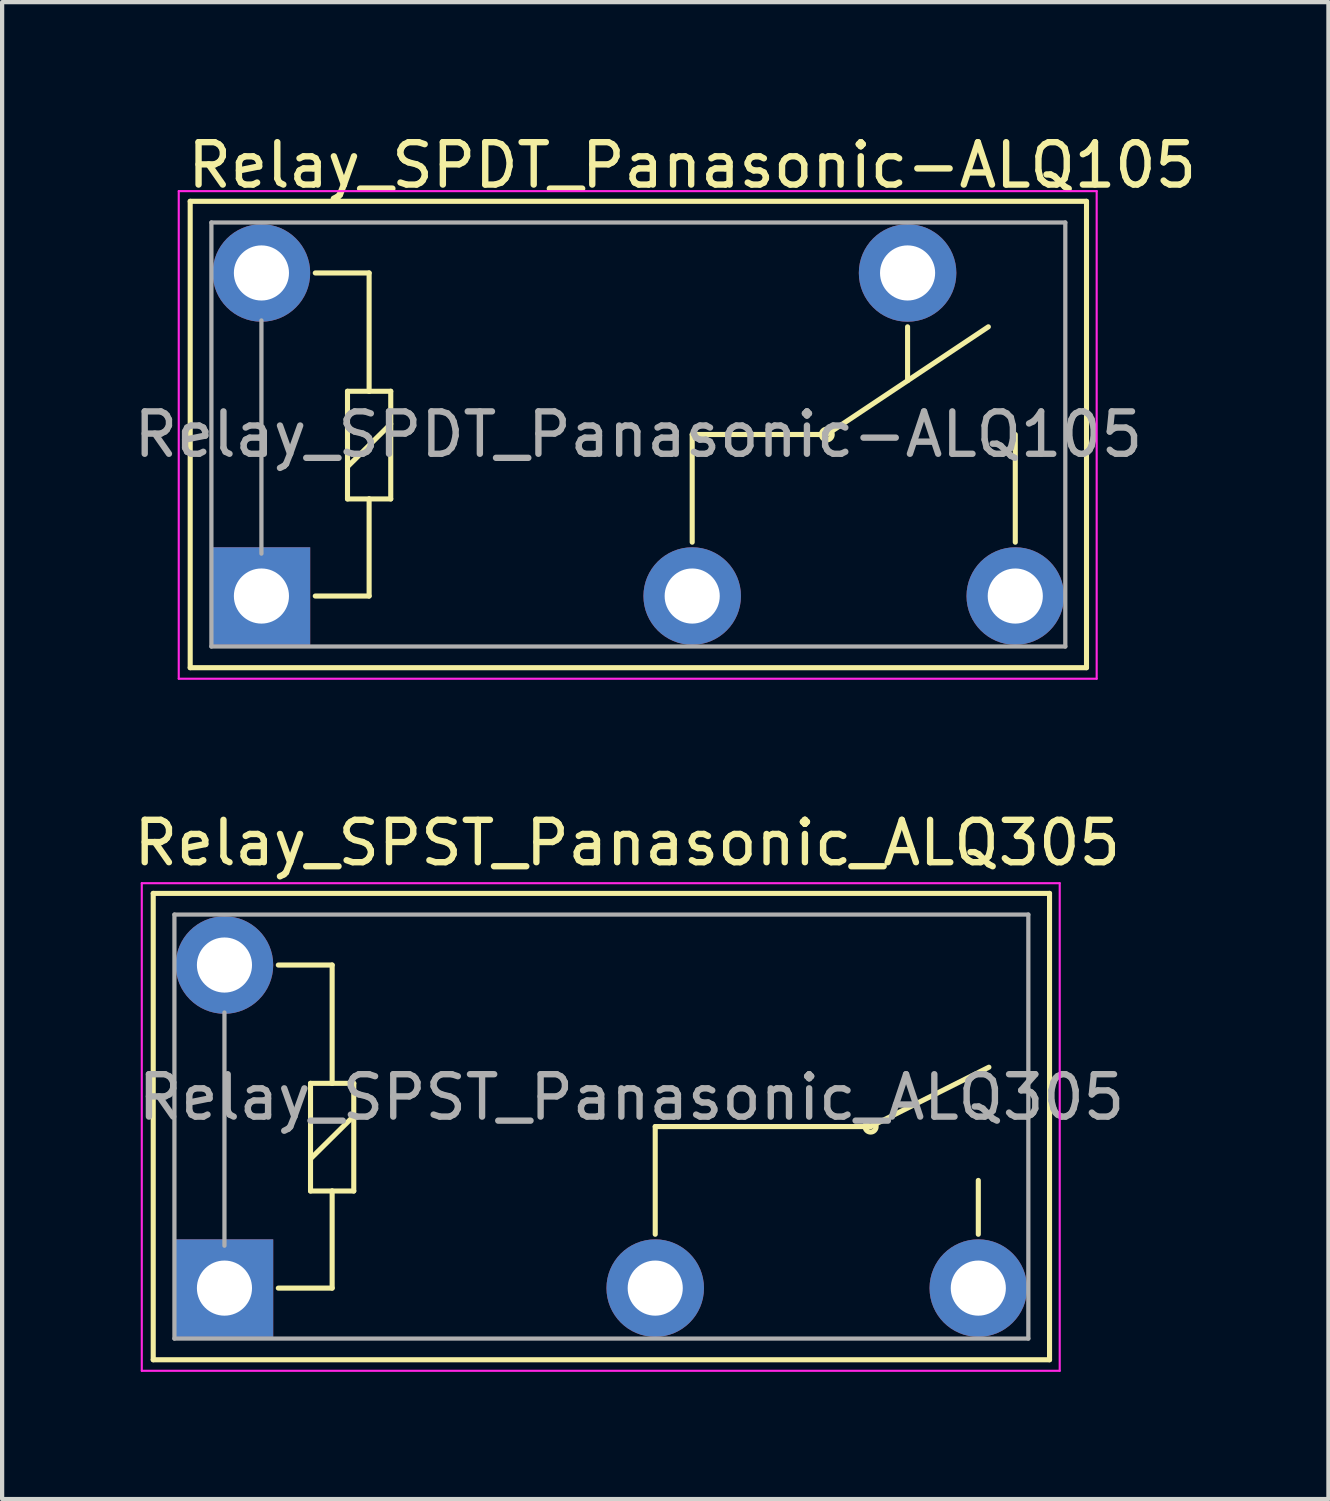
<source format=kicad_pcb>
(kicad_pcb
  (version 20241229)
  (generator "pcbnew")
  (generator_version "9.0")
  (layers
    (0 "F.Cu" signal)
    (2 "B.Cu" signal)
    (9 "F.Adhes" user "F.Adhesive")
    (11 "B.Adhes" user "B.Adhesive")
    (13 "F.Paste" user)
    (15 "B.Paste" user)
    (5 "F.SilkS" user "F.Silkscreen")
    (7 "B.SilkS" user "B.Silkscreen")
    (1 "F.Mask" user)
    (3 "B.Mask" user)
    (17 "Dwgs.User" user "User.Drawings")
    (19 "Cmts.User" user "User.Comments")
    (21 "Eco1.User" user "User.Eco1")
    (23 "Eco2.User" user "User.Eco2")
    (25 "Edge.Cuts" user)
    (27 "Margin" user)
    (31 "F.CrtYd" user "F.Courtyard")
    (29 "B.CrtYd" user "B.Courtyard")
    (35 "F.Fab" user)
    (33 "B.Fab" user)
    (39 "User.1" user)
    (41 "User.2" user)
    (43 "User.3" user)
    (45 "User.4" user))
  (footprint "Relay_SPDT_Panasonic-ALQ105"
    (layer "F.Cu")
    (at 3.116 11.008)
    (property "Reference" "Relay_SPDT_Panasonic-ALQ105" (at 10.16 -10.16 0) (layer "F.SilkS") (effects (font (size 1 1) (thickness 0.15))))
    (attr through_hole)
    (fp_line (start -1.68 -9.31) (end 19.46 -9.31) (stroke (width 0.12) (type solid)) (layer "F.SilkS"))
    (fp_line (start -1.68 1.69) (end -1.68 -9.31) (stroke (width 0.12) (type solid)) (layer "F.SilkS"))
    (fp_line (start -1.68 1.69) (end 19.46 1.69) (stroke (width 0.12) (type solid)) (layer "F.SilkS"))
    (fp_line (start 1.27 0) (end 2.54 0) (stroke (width 0.12) (type solid)) (layer "F.SilkS"))
    (fp_line (start 2.03 -4.83) (end 2.54 -4.83) (stroke (width 0.12) (type solid)) (layer "F.SilkS"))
    (fp_line (start 2.03 -3.05) (end 3.05 -4.06) (stroke (width 0.12) (type solid)) (layer "F.SilkS"))
    (fp_line (start 2.03 -2.29) (end 2.03 -4.83) (stroke (width 0.12) (type solid)) (layer "F.SilkS"))
    (fp_line (start 2.54 -7.62) (end 1.27 -7.62) (stroke (width 0.12) (type solid)) (layer "F.SilkS"))
    (fp_line (start 2.54 -4.83) (end 2.54 -7.62) (stroke (width 0.12) (type solid)) (layer "F.SilkS"))
    (fp_line (start 2.54 -4.83) (end 3.05 -4.83) (stroke (width 0.12) (type solid)) (layer "F.SilkS"))
    (fp_line (start 2.54 -2.29) (end 2.03 -2.29) (stroke (width 0.12) (type solid)) (layer "F.SilkS"))
    (fp_line (start 2.54 0) (end 2.54 -2.29) (stroke (width 0.12) (type solid)) (layer "F.SilkS"))
    (fp_line (start 3.05 -4.83) (end 3.05 -2.29) (stroke (width 0.12) (type solid)) (layer "F.SilkS"))
    (fp_line (start 3.05 -2.29) (end 2.54 -2.29) (stroke (width 0.12) (type solid)) (layer "F.SilkS"))
    (fp_line (start 10.16 -3.81) (end 13.335 -3.81) (stroke (width 0.12) (type solid)) (layer "F.SilkS"))
    (fp_line (start 10.16 -1.27) (end 10.16 -3.81) (stroke (width 0.12) (type solid)) (layer "F.SilkS"))
    (fp_line (start 13.335 -3.81) (end 17.145 -6.35) (stroke (width 0.12) (type solid)) (layer "F.SilkS"))
    (fp_line (start 15.24 -6.35) (end 15.24 -5.08) (stroke (width 0.12) (type solid)) (layer "F.SilkS"))
    (fp_line (start 17.78 -1.27) (end 17.78 -3.81) (stroke (width 0.12) (type solid)) (layer "F.SilkS"))
    (fp_line (start 19.46 1.69) (end 19.46 -9.31) (stroke (width 0.12) (type solid)) (layer "F.SilkS"))
    (fp_circle (center 13.335 -3.81) (end 13.462 -3.81) (stroke (width 0.12) (type solid)) (fill no) (layer "F.SilkS"))
    (fp_line (start -1.95 -9.55) (end 19.7 -9.55) (stroke (width 0.05) (type solid)) (layer "F.CrtYd"))
    (fp_line (start -1.95 1.95) (end -1.95 -9.55) (stroke (width 0.05) (type solid)) (layer "F.CrtYd"))
    (fp_line (start 19.7 -9.55) (end 19.7 1.95) (stroke (width 0.05) (type solid)) (layer "F.CrtYd"))
    (fp_line (start 19.7 1.95) (end -1.95 1.95) (stroke (width 0.05) (type solid)) (layer "F.CrtYd"))
    (fp_line (start -1.18 -8.81) (end 18.96 -8.81) (stroke (width 0.1) (type solid)) (layer "F.Fab"))
    (fp_line (start -1.18 1.19) (end -1.18 -8.81) (stroke (width 0.1) (type solid)) (layer "F.Fab"))
    (fp_line (start 0 -1) (end 0 -6.5) (stroke (width 0.1) (type solid)) (layer "F.Fab"))
    (fp_line (start 18.96 -8.81) (end 18.96 1.19) (stroke (width 0.1) (type solid)) (layer "F.Fab"))
    (fp_line (start 18.96 1.19) (end -1.18 1.19) (stroke (width 0.1) (type solid)) (layer "F.Fab"))
    (fp_text user "${REFERENCE}" (at 8.89 -3.81 0) (layer "F.Fab") (effects (font (size 1 1) (thickness 0.15))))
    (pad "1" thru_hole circle (at 0 -7.62 180) (size 2.3 2.3) (drill 1.3) (layers "*.Cu" "*.Mask"))
    (pad "2" thru_hole rect (at 0 0 180) (size 2.3 2.3) (drill 1.3) (layers "*.Cu" "*.Mask"))
    (pad "3" thru_hole circle (at 15.24 -7.62 180) (size 2.3 2.3) (drill 1.3) (layers "*.Cu" "*.Mask"))
    (pad "4" thru_hole circle (at 10.16 0 180) (size 2.3 2.3) (drill 1.3) (layers "*.Cu" "*.Mask"))
    (pad "5" thru_hole circle (at 17.78 0 180) (size 2.3 2.3) (drill 1.3) (layers "*.Cu" "*.Mask")))
  (footprint "Relay_SPST_Panasonic_ALQ305"
    (layer "F.Cu")
    (at 2.244 27.331)
    (property "Reference" "Relay_SPST_Panasonic_ALQ305" (at 9.5 -10.5 180) (layer "F.SilkS") (effects (font (size 1 1) (thickness 0.15))))
    (attr through_hole)
    (fp_line (start -1.68 -9.31) (end 19.46 -9.31) (stroke (width 0.12) (type solid)) (layer "F.SilkS"))
    (fp_line (start -1.68 1.69) (end -1.68 -9.31) (stroke (width 0.12) (type solid)) (layer "F.SilkS"))
    (fp_line (start -1.68 1.69) (end 19.46 1.69) (stroke (width 0.12) (type solid)) (layer "F.SilkS"))
    (fp_line (start 1.27 0) (end 2.54 0) (stroke (width 0.12) (type solid)) (layer "F.SilkS"))
    (fp_line (start 2.03 -4.83) (end 2.54 -4.83) (stroke (width 0.12) (type solid)) (layer "F.SilkS"))
    (fp_line (start 2.03 -3.05) (end 3.05 -4.06) (stroke (width 0.12) (type solid)) (layer "F.SilkS"))
    (fp_line (start 2.03 -2.29) (end 2.03 -4.83) (stroke (width 0.12) (type solid)) (layer "F.SilkS"))
    (fp_line (start 2.54 -7.62) (end 1.27 -7.62) (stroke (width 0.12) (type solid)) (layer "F.SilkS"))
    (fp_line (start 2.54 -4.83) (end 2.54 -7.62) (stroke (width 0.12) (type solid)) (layer "F.SilkS"))
    (fp_line (start 2.54 -4.83) (end 3.05 -4.83) (stroke (width 0.12) (type solid)) (layer "F.SilkS"))
    (fp_line (start 2.54 -2.29) (end 2.03 -2.29) (stroke (width 0.12) (type solid)) (layer "F.SilkS"))
    (fp_line (start 2.54 0) (end 2.54 -2.29) (stroke (width 0.12) (type solid)) (layer "F.SilkS"))
    (fp_line (start 3.05 -4.83) (end 3.05 -2.29) (stroke (width 0.12) (type solid)) (layer "F.SilkS"))
    (fp_line (start 3.05 -2.29) (end 2.54 -2.29) (stroke (width 0.12) (type solid)) (layer "F.SilkS"))
    (fp_line (start 10.16 -3.81) (end 15.24 -3.81) (stroke (width 0.12) (type solid)) (layer "F.SilkS"))
    (fp_line (start 10.16 -1.27) (end 10.16 -3.81) (stroke (width 0.12) (type solid)) (layer "F.SilkS"))
    (fp_line (start 15.24 -3.81) (end 18.03 -5.21) (stroke (width 0.12) (type solid)) (layer "F.SilkS"))
    (fp_line (start 17.78 -1.27) (end 17.78 -2.54) (stroke (width 0.12) (type solid)) (layer "F.SilkS"))
    (fp_line (start 19.46 1.69) (end 19.46 -9.31) (stroke (width 0.12) (type solid)) (layer "F.SilkS"))
    (fp_circle (center 15.24 -3.81) (end 15.24 -3.68) (stroke (width 0.12) (type solid)) (fill no) (layer "F.SilkS"))
    (fp_line (start -1.95 -9.55) (end 19.7 -9.55) (stroke (width 0.05) (type solid)) (layer "F.CrtYd"))
    (fp_line (start -1.95 1.95) (end -1.95 -9.55) (stroke (width 0.05) (type solid)) (layer "F.CrtYd"))
    (fp_line (start 19.7 -9.55) (end 19.7 1.95) (stroke (width 0.05) (type solid)) (layer "F.CrtYd"))
    (fp_line (start 19.7 1.95) (end -1.95 1.95) (stroke (width 0.05) (type solid)) (layer "F.CrtYd"))
    (fp_line (start -1.18 -8.81) (end 18.96 -8.81) (stroke (width 0.1) (type solid)) (layer "F.Fab"))
    (fp_line (start -1.18 1.19) (end -1.18 -8.81) (stroke (width 0.1) (type solid)) (layer "F.Fab"))
    (fp_line (start 0 -1) (end 0 -6.5) (stroke (width 0.1) (type solid)) (layer "F.Fab"))
    (fp_line (start 18.96 -8.81) (end 18.96 1.19) (stroke (width 0.1) (type solid)) (layer "F.Fab"))
    (fp_line (start 18.96 1.19) (end -1.18 1.19) (stroke (width 0.1) (type solid)) (layer "F.Fab"))
    (fp_text user "${REFERENCE}" (at 9.6 -4.5 0) (layer "F.Fab") (effects (font (size 1 1) (thickness 0.15))))
    (pad "1" thru_hole circle (at 0 -7.62 180) (size 2.3 2.3) (drill 1.3) (layers "*.Cu" "*.Mask"))
    (pad "2" thru_hole rect (at 0 0 180) (size 2.3 2.3) (drill 1.3) (layers "*.Cu" "*.Mask"))
    (pad "3" thru_hole circle (at 10.16 0 180) (size 2.3 2.3) (drill 1.3) (layers "*.Cu" "*.Mask"))
    (pad "4" thru_hole circle (at 17.78 0 180) (size 2.3 2.3) (drill 1.3) (layers "*.Cu" "*.Mask")))
  (gr_rect
    (start -3 -3)
    (end 28.282 32.306)
    (stroke (width 0.1) (type default))
    (fill no)
    (layer "Edge.Cuts")))
</source>
